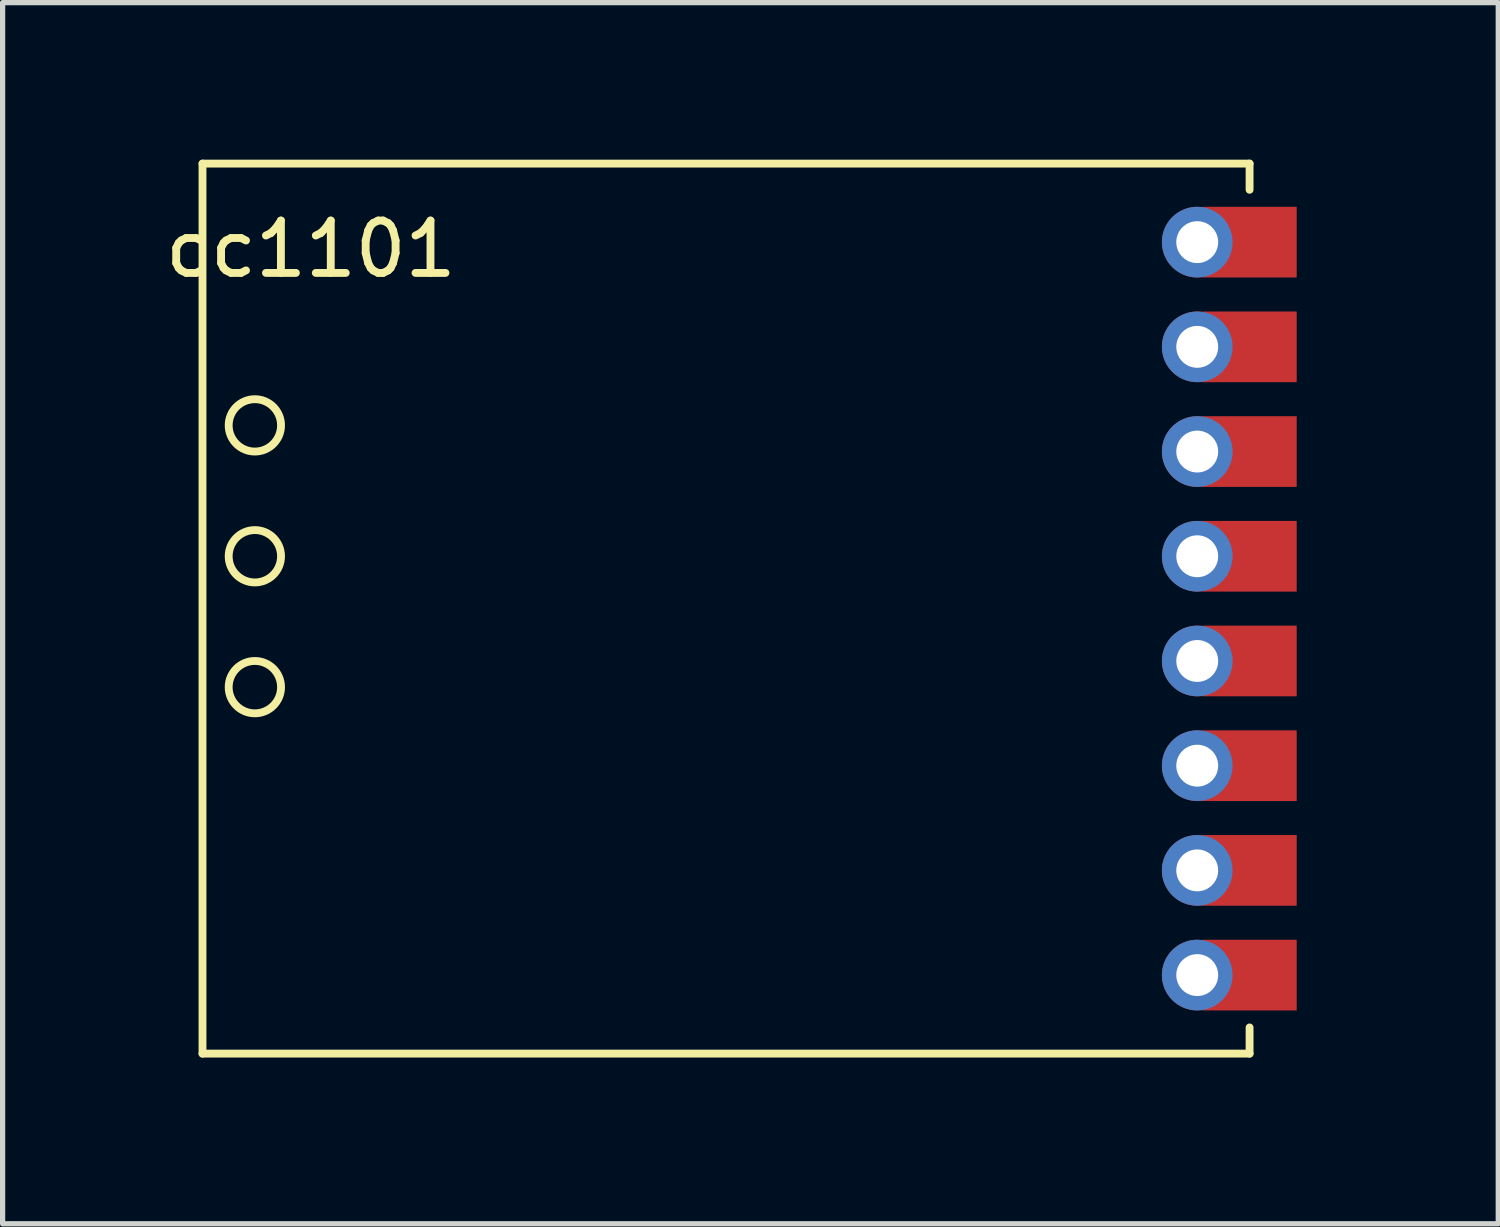
<source format=kicad_pcb>
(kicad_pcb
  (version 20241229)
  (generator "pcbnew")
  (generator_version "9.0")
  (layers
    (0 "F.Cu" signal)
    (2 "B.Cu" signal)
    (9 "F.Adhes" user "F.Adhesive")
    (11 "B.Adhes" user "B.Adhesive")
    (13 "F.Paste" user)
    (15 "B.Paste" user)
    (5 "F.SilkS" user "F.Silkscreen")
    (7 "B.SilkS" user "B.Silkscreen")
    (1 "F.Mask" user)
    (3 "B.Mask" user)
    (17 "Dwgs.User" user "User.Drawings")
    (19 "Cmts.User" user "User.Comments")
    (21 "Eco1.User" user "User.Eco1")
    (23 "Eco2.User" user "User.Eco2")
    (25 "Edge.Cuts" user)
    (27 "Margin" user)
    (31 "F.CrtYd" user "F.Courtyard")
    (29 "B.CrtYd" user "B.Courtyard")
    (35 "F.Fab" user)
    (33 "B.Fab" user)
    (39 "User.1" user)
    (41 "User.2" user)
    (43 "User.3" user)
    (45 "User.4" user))
  (footprint "cc1101"
    (layer "F.Cu")
    (at 22.318 17.075 180)
    (property "Reference" "cc1101" (at 19.431 15.367 180) (layer "F.SilkS") (effects (font (size 1 1) (thickness 0.15))))
    (attr through_hole)
    (fp_line (start 21.5 17) (end 1.5 17) (stroke (width 0.15) (type solid)) (layer "F.SilkS"))
    (fp_line (start 21.5 0) (end 21.5 17) (stroke (width 0.15) (type solid)) (layer "F.SilkS"))
    (fp_line (start 1.5 17) (end 1.5 16.5) (stroke (width 0.15) (type solid)) (layer "F.SilkS"))
    (fp_line (start 1.5 0) (end 21.5 0) (stroke (width 0.15) (type solid)) (layer "F.SilkS"))
    (fp_line (start 1.5 0) (end 1.5 0.5) (stroke (width 0.15) (type solid)) (layer "F.SilkS"))
    (fp_circle (center 20.5 12) (end 20.5 12.5) (stroke (width 0.15) (type solid)) (fill no) (layer "F.SilkS"))
    (fp_circle (center 20.5 9.5) (end 21 9.5) (stroke (width 0.15) (type solid)) (fill no) (layer "F.SilkS"))
    (fp_circle (center 20.5 7) (end 20.5 7.5) (stroke (width 0.15) (type solid)) (fill no) (layer "F.SilkS"))
    (pad "1" connect rect (at 1.5 1.5 180) (size 1.8 1.35) (layers "F.Cu" "F.Mask"))
    (pad "1" thru_hole circle (at 2.5 1.5 180) (size 1.35 1.35) (drill 0.8) (layers "*.Cu" "*.Mask"))
    (pad "2" connect rect (at 1.5 3.5 180) (size 1.8 1.35) (layers "F.Cu" "F.Mask"))
    (pad "2" thru_hole circle (at 2.5 3.5 180) (size 1.35 1.35) (drill 0.8) (layers "*.Cu" "*.Mask"))
    (pad "3" connect rect (at 1.5 5.5 180) (size 1.8 1.35) (layers "F.Cu" "F.Mask"))
    (pad "3" thru_hole circle (at 2.5 5.5 180) (size 1.35 1.35) (drill 0.8) (layers "*.Cu" "*.Mask"))
    (pad "4" connect rect (at 1.5 7.5 180) (size 1.8 1.35) (layers "F.Cu" "F.Mask"))
    (pad "4" thru_hole circle (at 2.5 7.5 180) (size 1.35 1.35) (drill 0.8) (layers "*.Cu" "*.Mask"))
    (pad "5" connect rect (at 1.5 9.5 180) (size 1.8 1.35) (layers "F.Cu" "F.Mask"))
    (pad "5" thru_hole circle (at 2.5 9.5 180) (size 1.35 1.35) (drill 0.8) (layers "*.Cu" "*.Mask"))
    (pad "6" connect rect (at 1.5 11.5 180) (size 1.8 1.35) (layers "F.Cu" "F.Mask"))
    (pad "6" thru_hole circle (at 2.5 11.5 180) (size 1.35 1.35) (drill 0.8) (layers "*.Cu" "*.Mask"))
    (pad "7" connect rect (at 1.5 13.5 180) (size 1.8 1.35) (layers "F.Cu" "F.Mask"))
    (pad "7" thru_hole circle (at 2.5 13.5 180) (size 1.35 1.35) (drill 0.8) (layers "*.Cu" "*.Mask"))
    (pad "8" connect rect (at 1.5 15.5 180) (size 1.8 1.35) (layers "F.Cu" "F.Mask"))
    (pad "8" thru_hole circle (at 2.5 15.5 180) (size 1.35 1.35) (drill 0.8) (layers "*.Cu" "*.Mask")))
  (gr_rect
    (start -3 -3)
    (end 25.568 20.325)
    (stroke (width 0.1) (type default))
    (fill no)
    (layer "Edge.Cuts")))
</source>
